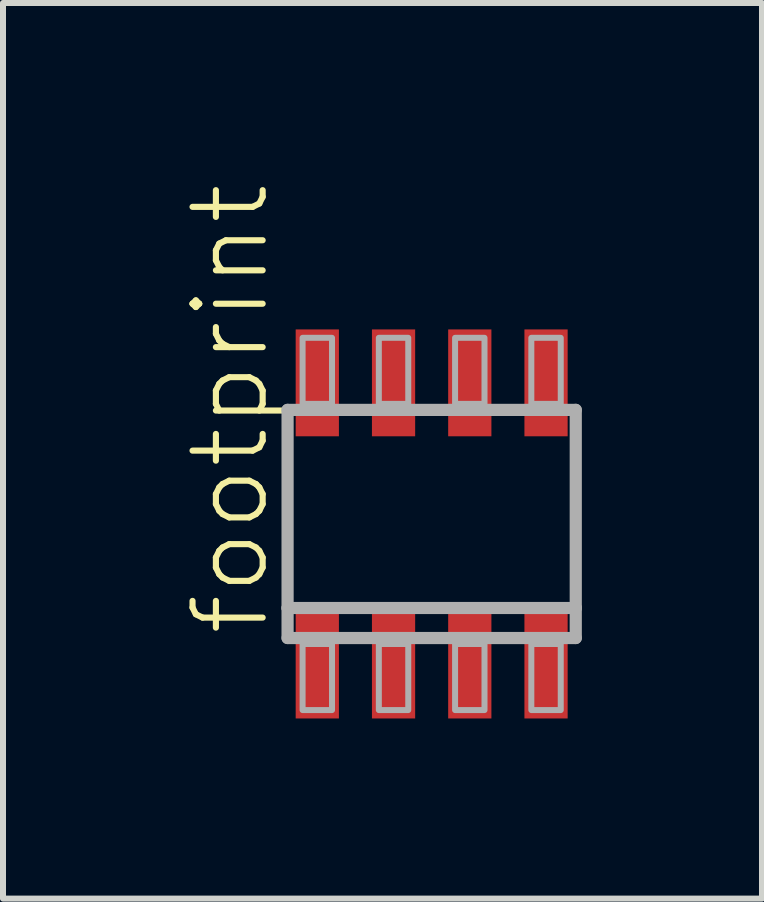
<source format=kicad_pcb>
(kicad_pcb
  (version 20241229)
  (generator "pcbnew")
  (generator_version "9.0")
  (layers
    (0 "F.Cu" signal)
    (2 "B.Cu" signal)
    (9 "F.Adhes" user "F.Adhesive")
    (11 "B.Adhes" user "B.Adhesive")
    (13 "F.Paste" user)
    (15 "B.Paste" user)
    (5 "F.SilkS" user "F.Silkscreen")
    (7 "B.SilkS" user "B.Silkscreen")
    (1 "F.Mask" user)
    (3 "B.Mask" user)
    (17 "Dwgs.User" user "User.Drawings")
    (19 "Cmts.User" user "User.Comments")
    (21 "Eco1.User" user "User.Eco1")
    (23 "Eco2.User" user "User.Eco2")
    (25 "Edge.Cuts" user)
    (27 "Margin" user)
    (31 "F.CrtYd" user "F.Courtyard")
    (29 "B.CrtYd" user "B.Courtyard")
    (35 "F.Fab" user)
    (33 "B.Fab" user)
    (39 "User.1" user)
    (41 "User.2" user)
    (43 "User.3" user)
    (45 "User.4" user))
  (footprint "footprint"
    (layer "F.Cu")
    (at 4.14 5.677)
    (property "Reference" "footprint" (at -2.667 1.905 90) (layer "F.SilkS") (effects (font (size 1.168 1.168) (thickness 0.102)) (justify left bottom)))
    (fp_line (start -2.4 -1.9) (end 2.4 -1.9) (stroke (width 0.203) (type solid)) (layer "F.Fab"))
    (fp_line (start -2.4 1.4) (end -2.4 -1.9) (stroke (width 0.203) (type solid)) (layer "F.Fab"))
    (fp_line (start -2.4 1.9) (end -2.4 1.4) (stroke (width 0.203) (type solid)) (layer "F.Fab"))
    (fp_line (start 2.4 -1.9) (end 2.4 1.4) (stroke (width 0.203) (type solid)) (layer "F.Fab"))
    (fp_line (start 2.4 1.4) (end -2.4 1.4) (stroke (width 0.203) (type solid)) (layer "F.Fab"))
    (fp_line (start 2.4 1.4) (end 2.4 1.9) (stroke (width 0.203) (type solid)) (layer "F.Fab"))
    (fp_line (start 2.4 1.9) (end -2.4 1.9) (stroke (width 0.203) (type solid)) (layer "F.Fab"))
    (fp_poly (pts (xy -2.15 -2) (xy -1.66 -2) (xy -1.66 -3.1) (xy -2.15 -3.1)) (stroke (width 0.1) (type solid)) (fill no) (layer "F.Fab"))
    (fp_poly (pts (xy -2.15 3.1) (xy -1.66 3.1) (xy -1.66 2) (xy -2.15 2)) (stroke (width 0.1) (type solid)) (fill no) (layer "F.Fab"))
    (fp_poly (pts (xy -0.88 -2) (xy -0.39 -2) (xy -0.39 -3.1) (xy -0.88 -3.1)) (stroke (width 0.1) (type solid)) (fill no) (layer "F.Fab"))
    (fp_poly (pts (xy -0.88 3.1) (xy -0.39 3.1) (xy -0.39 2) (xy -0.88 2)) (stroke (width 0.1) (type solid)) (fill no) (layer "F.Fab"))
    (fp_poly (pts (xy 0.39 -2) (xy 0.88 -2) (xy 0.88 -3.1) (xy 0.39 -3.1)) (stroke (width 0.1) (type solid)) (fill no) (layer "F.Fab"))
    (fp_poly (pts (xy 0.39 3.1) (xy 0.88 3.1) (xy 0.88 2) (xy 0.39 2)) (stroke (width 0.1) (type solid)) (fill no) (layer "F.Fab"))
    (fp_poly (pts (xy 1.66 -2) (xy 2.15 -2) (xy 2.15 -3.1) (xy 1.66 -3.1)) (stroke (width 0.1) (type solid)) (fill no) (layer "F.Fab"))
    (fp_poly (pts (xy 1.66 3.1) (xy 2.15 3.1) (xy 2.15 2) (xy 1.66 2)) (stroke (width 0.1) (type solid)) (fill no) (layer "F.Fab"))
    (pad "1" smd rect (at -1.905 2.35) (size 0.72 1.78) (layers "F.Cu" "F.Mask" "F.Paste"))
    (pad "2" smd rect (at -0.635 2.35) (size 0.72 1.78) (layers "F.Cu" "F.Mask" "F.Paste"))
    (pad "3" smd rect (at 0.635 2.35) (size 0.72 1.78) (layers "F.Cu" "F.Mask" "F.Paste"))
    (pad "4" smd rect (at 1.905 2.35) (size 0.72 1.78) (layers "F.Cu" "F.Mask" "F.Paste"))
    (pad "5" smd rect (at 1.905 -2.35) (size 0.72 1.78) (layers "F.Cu" "F.Mask" "F.Paste"))
    (pad "6" smd rect (at 0.635 -2.35) (size 0.72 1.78) (layers "F.Cu" "F.Mask" "F.Paste"))
    (pad "7" smd rect (at -0.635 -2.35) (size 0.72 1.78) (layers "F.Cu" "F.Mask" "F.Paste"))
    (pad "8" smd rect (at -1.905 -2.35) (size 0.72 1.78) (layers "F.Cu" "F.Mask" "F.Paste")))
  (gr_rect
    (start -3 -3)
    (end 9.642 11.917)
    (stroke (width 0.1) (type default))
    (fill no)
    (layer "Edge.Cuts")))
</source>
